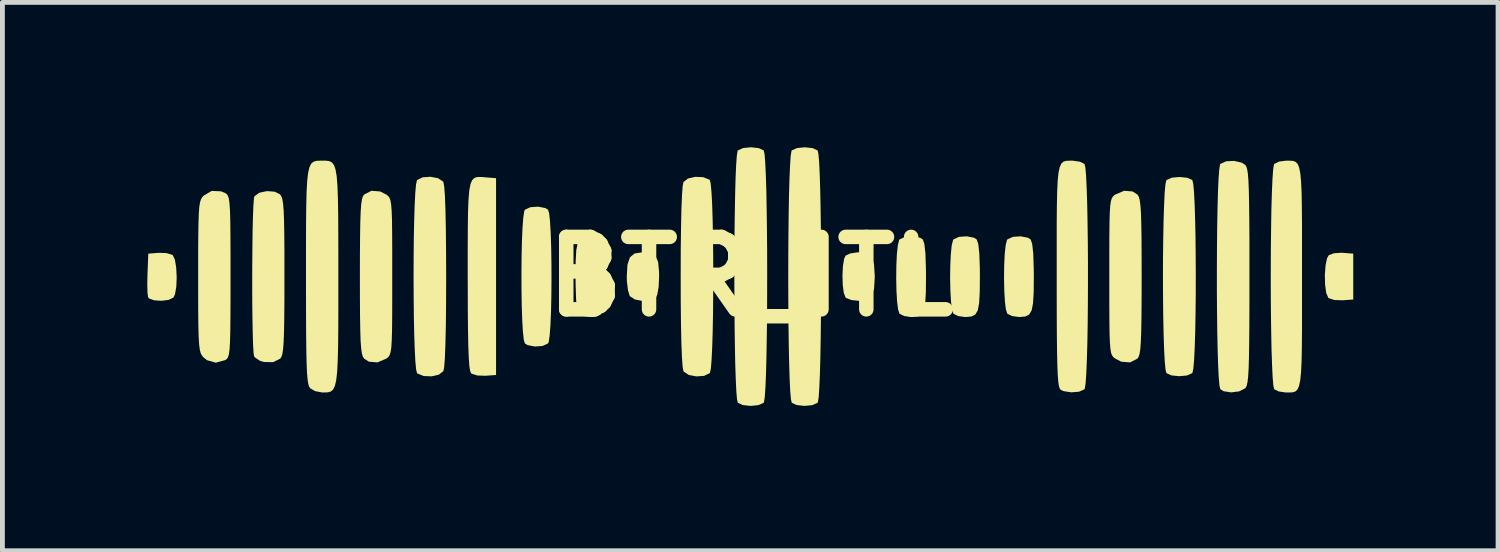
<source format=kicad_pcb>
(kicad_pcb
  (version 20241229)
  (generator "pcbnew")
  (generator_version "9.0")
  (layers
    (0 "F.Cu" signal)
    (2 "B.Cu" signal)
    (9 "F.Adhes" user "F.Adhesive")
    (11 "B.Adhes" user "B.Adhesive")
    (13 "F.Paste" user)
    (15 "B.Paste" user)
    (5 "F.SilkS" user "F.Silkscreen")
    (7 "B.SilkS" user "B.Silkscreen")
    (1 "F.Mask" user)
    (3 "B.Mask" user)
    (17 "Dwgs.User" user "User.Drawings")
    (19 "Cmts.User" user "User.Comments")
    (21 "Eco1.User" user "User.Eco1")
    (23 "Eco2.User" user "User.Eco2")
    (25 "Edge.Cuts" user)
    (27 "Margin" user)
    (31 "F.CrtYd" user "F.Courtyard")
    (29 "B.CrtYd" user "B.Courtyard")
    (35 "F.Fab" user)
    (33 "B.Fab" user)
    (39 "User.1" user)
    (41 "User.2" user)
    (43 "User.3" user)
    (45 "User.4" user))
  (footprint "BTR_ITL"
    (layer "F.Cu")
    (at 12.498 2.678)
    (property "Reference" "BTR_ITL" (at 0 0 0) (layer "F.SilkS") (effects (font (size 1.5 1.5) (thickness 0.3))))
    (attr board_only exclude_from_pos_files exclude_from_bom)
    (fp_poly (pts (xy 12.263 -0.492) (xy 12.477 -0.475) (xy 12.477 0) (xy 12.477 0.475) (xy 12.253 0.491) (xy 12.089 0.485) (xy 11.974 0.449) (xy 11.96 0.438) (xy 11.917 0.338) (xy 11.894 0.169) (xy 11.889 -0.033) (xy 11.903 -0.229) (xy 11.935 -0.38) (xy 11.97 -0.443) (xy 12.076 -0.483) (xy 12.233 -0.494)) (stroke (width 0) (type solid)) (fill yes) (layer "F.SilkS"))
    (fp_poly (pts (xy -12.103 -0.487) (xy -11.984 -0.452) (xy -11.97 -0.443) (xy -11.926 -0.351) (xy -11.899 -0.186) (xy -11.889 0.014) (xy -11.897 0.211) (xy -11.924 0.367) (xy -11.958 0.435) (xy -12.058 0.483) (xy -12.205 0.501) (xy -12.354 0.491) (xy -12.459 0.454) (xy -12.481 0.427) (xy -12.493 0.338) (xy -12.498 0.171) (xy -12.494 -0.039) (xy -12.493 -0.061) (xy -12.477 -0.475) (xy -12.263 -0.492)) (stroke (width 0) (type solid)) (fill yes) (layer "F.SilkS"))
    (fp_poly (pts (xy -2.077 -0.487) (xy -1.974 -0.428) (xy -1.919 -0.306) (xy -1.899 -0.1) (xy -1.898 0) (xy -1.908 0.211) (xy -1.935 0.369) (xy -1.965 0.435) (xy -2.083 0.493) (xy -2.244 0.504) (xy -2.4 0.474) (xy -2.504 0.405) (xy -2.51 0.394) (xy -2.544 0.277) (xy -2.565 0.099) (xy -2.568 0) (xy -2.554 -0.245) (xy -2.503 -0.399) (xy -2.405 -0.479) (xy -2.248 -0.502) (xy -2.242 -0.502)) (stroke (width 0) (type solid)) (fill yes) (layer "F.SilkS"))
    (fp_poly (pts (xy 2.401 -0.48) (xy 2.501 -0.402) (xy 2.553 -0.251) (xy 2.568 -0.009) (xy 2.568 0) (xy 2.554 0.245) (xy 2.503 0.399) (xy 2.405 0.479) (xy 2.248 0.502) (xy 2.242 0.502) (xy 2.086 0.486) (xy 1.976 0.444) (xy 1.965 0.435) (xy 1.927 0.34) (xy 1.905 0.174) (xy 1.899 -0.027) (xy 1.909 -0.222) (xy 1.935 -0.374) (xy 1.965 -0.435) (xy 2.062 -0.48) (xy 2.214 -0.502) (xy 2.242 -0.502)) (stroke (width 0) (type solid)) (fill yes) (layer "F.SilkS"))
    (fp_poly (pts (xy -5.578 -2.063) (xy -5.489 -2.055) (xy -5.275 -2.038) (xy -5.275 0) (xy -5.275 2.038) (xy -5.499 2.054) (xy -5.663 2.048) (xy -5.779 2.012) (xy -5.792 2.001) (xy -5.812 1.954) (xy -5.828 1.849) (xy -5.84 1.679) (xy -5.85 1.434) (xy -5.856 1.106) (xy -5.86 0.686) (xy -5.861 0.166) (xy -5.862 -0.004) (xy -5.862 -0.541) (xy -5.86 -0.977) (xy -5.856 -1.321) (xy -5.846 -1.585) (xy -5.83 -1.78) (xy -5.805 -1.914) (xy -5.769 -1.999) (xy -5.72 -2.045) (xy -5.657 -2.063)) (stroke (width 0) (type solid)) (fill yes) (layer "F.SilkS"))
    (fp_poly (pts (xy 3.505 -0.805) (xy 3.562 -0.77) (xy 3.595 -0.678) (xy 3.617 -0.48) (xy 3.627 -0.173) (xy 3.629 0) (xy 3.626 0.323) (xy 3.613 0.55) (xy 3.584 0.699) (xy 3.533 0.786) (xy 3.455 0.826) (xy 3.342 0.837) (xy 3.322 0.837) (xy 3.177 0.817) (xy 3.081 0.77) (xy 3.052 0.685) (xy 3.03 0.516) (xy 3.017 0.29) (xy 3.012 0.033) (xy 3.015 -0.228) (xy 3.026 -0.464) (xy 3.046 -0.65) (xy 3.073 -0.759) (xy 3.081 -0.77) (xy 3.197 -0.823) (xy 3.357 -0.834)) (stroke (width 0) (type solid)) (fill yes) (layer "F.SilkS"))
    (fp_poly (pts (xy 4.622 -0.805) (xy 4.678 -0.77) (xy 4.711 -0.678) (xy 4.733 -0.48) (xy 4.744 -0.173) (xy 4.745 0) (xy 4.742 0.323) (xy 4.729 0.55) (xy 4.701 0.699) (xy 4.65 0.786) (xy 4.571 0.826) (xy 4.459 0.837) (xy 4.438 0.837) (xy 4.293 0.817) (xy 4.198 0.77) (xy 4.168 0.685) (xy 4.147 0.516) (xy 4.134 0.29) (xy 4.128 0.033) (xy 4.132 -0.228) (xy 4.143 -0.464) (xy 4.162 -0.65) (xy 4.19 -0.759) (xy 4.198 -0.77) (xy 4.313 -0.823) (xy 4.474 -0.834)) (stroke (width 0) (type solid)) (fill yes) (layer "F.SilkS"))
    (fp_poly (pts (xy 5.738 -0.805) (xy 5.795 -0.77) (xy 5.828 -0.678) (xy 5.85 -0.48) (xy 5.86 -0.173) (xy 5.862 0) (xy 5.859 0.323) (xy 5.846 0.55) (xy 5.817 0.699) (xy 5.766 0.786) (xy 5.688 0.826) (xy 5.575 0.837) (xy 5.555 0.837) (xy 5.41 0.817) (xy 5.314 0.77) (xy 5.285 0.685) (xy 5.263 0.516) (xy 5.25 0.29) (xy 5.245 0.033) (xy 5.248 -0.228) (xy 5.259 -0.464) (xy 5.279 -0.65) (xy 5.306 -0.759) (xy 5.314 -0.77) (xy 5.429 -0.823) (xy 5.59 -0.834)) (stroke (width 0) (type solid)) (fill yes) (layer "F.SilkS"))
    (fp_poly (pts (xy -3.203 -0.829) (xy -3.12 -0.794) (xy -3.065 -0.716) (xy -3.034 -0.578) (xy -3.019 -0.364) (xy -3.015 -0.057) (xy -3.015 0) (xy -3.017 0.323) (xy -3.03 0.55) (xy -3.059 0.699) (xy -3.11 0.786) (xy -3.188 0.826) (xy -3.301 0.837) (xy -3.322 0.837) (xy -3.466 0.817) (xy -3.562 0.77) (xy -3.595 0.678) (xy -3.617 0.48) (xy -3.627 0.173) (xy -3.629 0) (xy -3.626 -0.323) (xy -3.613 -0.55) (xy -3.584 -0.699) (xy -3.533 -0.786) (xy -3.455 -0.826) (xy -3.342 -0.837) (xy -3.322 -0.837)) (stroke (width 0) (type solid)) (fill yes) (layer "F.SilkS"))
    (fp_poly (pts (xy -4.254 -1.419) (xy -4.198 -1.384) (xy -4.175 -1.307) (xy -4.157 -1.138) (xy -4.143 -0.895) (xy -4.133 -0.599) (xy -4.128 -0.269) (xy -4.127 0.077) (xy -4.13 0.418) (xy -4.137 0.736) (xy -4.149 1.01) (xy -4.165 1.223) (xy -4.185 1.354) (xy -4.198 1.384) (xy -4.313 1.437) (xy -4.474 1.448) (xy -4.622 1.419) (xy -4.678 1.384) (xy -4.701 1.307) (xy -4.719 1.138) (xy -4.733 0.895) (xy -4.743 0.599) (xy -4.748 0.269) (xy -4.749 -0.077) (xy -4.746 -0.418) (xy -4.739 -0.736) (xy -4.727 -1.01) (xy -4.711 -1.223) (xy -4.691 -1.354) (xy -4.678 -1.384) (xy -4.563 -1.437) (xy -4.402 -1.448)) (stroke (width 0) (type solid)) (fill yes) (layer "F.SilkS"))
    (fp_poly (pts (xy -6.476 -2.037) (xy -6.372 -1.968) (xy -6.366 -1.958) (xy -6.349 -1.868) (xy -6.334 -1.673) (xy -6.323 -1.378) (xy -6.315 -0.99) (xy -6.31 -0.513) (xy -6.308 0) (xy -6.31 0.552) (xy -6.315 1.022) (xy -6.324 1.404) (xy -6.335 1.691) (xy -6.35 1.879) (xy -6.366 1.958) (xy -6.46 2.031) (xy -6.612 2.066) (xy -6.775 2.059) (xy -6.901 2.008) (xy -6.911 1.999) (xy -6.93 1.925) (xy -6.946 1.756) (xy -6.959 1.506) (xy -6.97 1.193) (xy -6.977 0.831) (xy -6.981 0.436) (xy -6.983 0.025) (xy -6.982 -0.387) (xy -6.978 -0.785) (xy -6.971 -1.151) (xy -6.961 -1.471) (xy -6.948 -1.729) (xy -6.932 -1.909) (xy -6.913 -1.995) (xy -6.911 -1.999) (xy -6.793 -2.056) (xy -6.632 -2.067)) (stroke (width 0) (type solid)) (fill yes) (layer "F.SilkS"))
    (fp_poly (pts (xy -0.985 -2.059) (xy -0.859 -2.008) (xy -0.849 -1.999) (xy -0.83 -1.925) (xy -0.814 -1.756) (xy -0.8 -1.506) (xy -0.79 -1.193) (xy -0.783 -0.831) (xy -0.778 -0.436) (xy -0.777 -0.025) (xy -0.778 0.387) (xy -0.782 0.785) (xy -0.789 1.151) (xy -0.799 1.471) (xy -0.812 1.729) (xy -0.827 1.909) (xy -0.846 1.995) (xy -0.849 1.999) (xy -0.967 2.056) (xy -1.128 2.067) (xy -1.284 2.037) (xy -1.387 1.968) (xy -1.394 1.958) (xy -1.411 1.868) (xy -1.425 1.673) (xy -1.437 1.378) (xy -1.445 0.99) (xy -1.45 0.513) (xy -1.451 0) (xy -1.45 -0.552) (xy -1.444 -1.022) (xy -1.436 -1.404) (xy -1.424 -1.691) (xy -1.41 -1.879) (xy -1.394 -1.958) (xy -1.3 -2.031) (xy -1.148 -2.066)) (stroke (width 0) (type solid)) (fill yes) (layer "F.SilkS"))
    (fp_poly (pts (xy 9.042 -2.046) (xy 9.144 -1.999) (xy 9.163 -1.925) (xy 9.179 -1.756) (xy 9.192 -1.506) (xy 9.202 -1.193) (xy 9.21 -0.831) (xy 9.214 -0.436) (xy 9.216 -0.025) (xy 9.215 0.387) (xy 9.211 0.785) (xy 9.204 1.151) (xy 9.194 1.471) (xy 9.181 1.729) (xy 9.165 1.909) (xy 9.146 1.995) (xy 9.144 1.999) (xy 9.034 2.048) (xy 8.871 2.063) (xy 8.71 2.046) (xy 8.608 1.999) (xy 8.589 1.925) (xy 8.573 1.756) (xy 8.56 1.506) (xy 8.55 1.193) (xy 8.542 0.831) (xy 8.538 0.436) (xy 8.536 0.025) (xy 8.537 -0.387) (xy 8.542 -0.785) (xy 8.549 -1.151) (xy 8.559 -1.471) (xy 8.571 -1.729) (xy 8.587 -1.909) (xy 8.606 -1.995) (xy 8.608 -1.999) (xy 8.718 -2.048) (xy 8.881 -2.063)) (stroke (width 0) (type solid)) (fill yes) (layer "F.SilkS"))
    (fp_poly (pts (xy -9.858 -1.758) (xy -9.751 -1.704) (xy -9.724 -1.667) (xy -9.702 -1.608) (xy -9.686 -1.514) (xy -9.674 -1.373) (xy -9.666 -1.172) (xy -9.661 -0.9) (xy -9.658 -0.543) (xy -9.658 -0.089) (xy -9.658 0) (xy -9.658 0.475) (xy -9.661 0.851) (xy -9.666 1.139) (xy -9.674 1.353) (xy -9.685 1.503) (xy -9.701 1.604) (xy -9.722 1.666) (xy -9.745 1.699) (xy -9.891 1.772) (xy -10.082 1.769) (xy -10.16 1.746) (xy -10.26 1.681) (xy -10.285 1.652) (xy -10.297 1.58) (xy -10.307 1.413) (xy -10.314 1.169) (xy -10.32 0.866) (xy -10.324 0.521) (xy -10.325 0.151) (xy -10.324 -0.226) (xy -10.321 -0.593) (xy -10.317 -0.932) (xy -10.31 -1.226) (xy -10.301 -1.458) (xy -10.29 -1.61) (xy -10.28 -1.663) (xy -10.177 -1.737) (xy -10.019 -1.77)) (stroke (width 0) (type solid)) (fill yes) (layer "F.SilkS"))
    (fp_poly (pts (xy -7.675 -1.763) (xy -7.549 -1.699) (xy -7.513 -1.672) (xy -7.485 -1.637) (xy -7.463 -1.583) (xy -7.448 -1.495) (xy -7.437 -1.363) (xy -7.43 -1.173) (xy -7.427 -0.912) (xy -7.425 -0.568) (xy -7.425 -0.128) (xy -7.425 0) (xy -7.425 0.466) (xy -7.426 0.833) (xy -7.429 1.114) (xy -7.435 1.321) (xy -7.444 1.467) (xy -7.459 1.564) (xy -7.479 1.626) (xy -7.505 1.664) (xy -7.539 1.693) (xy -7.549 1.699) (xy -7.732 1.777) (xy -7.907 1.763) (xy -8.007 1.699) (xy -8.033 1.66) (xy -8.053 1.594) (xy -8.068 1.489) (xy -8.08 1.332) (xy -8.087 1.11) (xy -8.092 0.812) (xy -8.094 0.426) (xy -8.095 0) (xy -8.094 -0.475) (xy -8.091 -0.851) (xy -8.086 -1.139) (xy -8.078 -1.353) (xy -8.067 -1.503) (xy -8.051 -1.604) (xy -8.03 -1.666) (xy -8.007 -1.699) (xy -7.856 -1.777)) (stroke (width 0) (type solid)) (fill yes) (layer "F.SilkS"))
    (fp_poly (pts (xy 0.166 -2.66) (xy 0.268 -2.613) (xy 0.285 -2.541) (xy 0.299 -2.372) (xy 0.311 -2.119) (xy 0.322 -1.795) (xy 0.329 -1.414) (xy 0.335 -0.99) (xy 0.339 -0.537) (xy 0.34 -0.068) (xy 0.339 0.403) (xy 0.337 0.862) (xy 0.331 1.296) (xy 0.324 1.69) (xy 0.315 2.032) (xy 0.303 2.307) (xy 0.289 2.502) (xy 0.273 2.603) (xy 0.268 2.613) (xy 0.158 2.662) (xy -0.005 2.678) (xy -0.166 2.66) (xy -0.268 2.613) (xy -0.285 2.541) (xy -0.299 2.372) (xy -0.311 2.119) (xy -0.322 1.795) (xy -0.329 1.414) (xy -0.335 0.99) (xy -0.339 0.537) (xy -0.34 0.068) (xy -0.339 -0.403) (xy -0.337 -0.862) (xy -0.331 -1.296) (xy -0.324 -1.69) (xy -0.315 -2.032) (xy -0.303 -2.307) (xy -0.289 -2.502) (xy -0.273 -2.603) (xy -0.268 -2.613) (xy -0.158 -2.662) (xy 0.005 -2.678)) (stroke (width 0) (type solid)) (fill yes) (layer "F.SilkS"))
    (fp_poly (pts (xy 1.283 -2.66) (xy 1.384 -2.613) (xy 1.401 -2.541) (xy 1.416 -2.372) (xy 1.428 -2.119) (xy 1.438 -1.795) (xy 1.446 -1.414) (xy 1.452 -0.99) (xy 1.455 -0.537) (xy 1.457 -0.068) (xy 1.456 0.403) (xy 1.453 0.862) (xy 1.448 1.296) (xy 1.441 1.69) (xy 1.431 2.032) (xy 1.419 2.307) (xy 1.406 2.502) (xy 1.389 2.603) (xy 1.384 2.613) (xy 1.274 2.662) (xy 1.112 2.678) (xy 0.95 2.66) (xy 0.849 2.613) (xy 0.832 2.541) (xy 0.817 2.372) (xy 0.805 2.119) (xy 0.795 1.795) (xy 0.787 1.414) (xy 0.781 0.99) (xy 0.778 0.537) (xy 0.776 0.068) (xy 0.777 -0.403) (xy 0.78 -0.862) (xy 0.785 -1.296) (xy 0.792 -1.69) (xy 0.802 -2.032) (xy 0.814 -2.307) (xy 0.827 -2.502) (xy 0.844 -2.603) (xy 0.849 -2.613) (xy 0.959 -2.662) (xy 1.121 -2.678)) (stroke (width 0) (type solid)) (fill yes) (layer "F.SilkS"))
    (fp_poly (pts (xy 7.907 -1.763) (xy 8.007 -1.699) (xy 8.033 -1.66) (xy 8.053 -1.594) (xy 8.068 -1.489) (xy 8.08 -1.332) (xy 8.087 -1.11) (xy 8.092 -0.812) (xy 8.094 -0.426) (xy 8.095 0) (xy 8.094 0.475) (xy 8.091 0.851) (xy 8.086 1.139) (xy 8.078 1.353) (xy 8.067 1.503) (xy 8.051 1.604) (xy 8.03 1.666) (xy 8.007 1.699) (xy 7.856 1.777) (xy 7.675 1.763) (xy 7.549 1.699) (xy 7.513 1.672) (xy 7.485 1.637) (xy 7.463 1.583) (xy 7.448 1.495) (xy 7.437 1.363) (xy 7.43 1.173) (xy 7.427 0.912) (xy 7.425 0.568) (xy 7.425 0.128) (xy 7.425 0) (xy 7.425 -0.466) (xy 7.426 -0.833) (xy 7.429 -1.114) (xy 7.435 -1.321) (xy 7.444 -1.467) (xy 7.459 -1.564) (xy 7.479 -1.626) (xy 7.505 -1.664) (xy 7.539 -1.693) (xy 7.549 -1.699) (xy 7.732 -1.777)) (stroke (width 0) (type solid)) (fill yes) (layer "F.SilkS"))
    (fp_poly (pts (xy -10.971 -1.766) (xy -10.882 -1.729) (xy -10.851 -1.707) (xy -10.827 -1.672) (xy -10.808 -1.611) (xy -10.795 -1.511) (xy -10.785 -1.362) (xy -10.779 -1.149) (xy -10.776 -0.862) (xy -10.774 -0.487) (xy -10.774 -0.014) (xy -10.774 0) (xy -10.774 0.476) (xy -10.776 0.853) (xy -10.779 1.142) (xy -10.785 1.357) (xy -10.794 1.508) (xy -10.808 1.609) (xy -10.826 1.671) (xy -10.851 1.707) (xy -10.881 1.728) (xy -10.882 1.729) (xy -11.081 1.783) (xy -11.262 1.731) (xy -11.332 1.675) (xy -11.365 1.637) (xy -11.391 1.588) (xy -11.41 1.515) (xy -11.424 1.405) (xy -11.434 1.245) (xy -11.44 1.022) (xy -11.443 0.722) (xy -11.444 0.333) (xy -11.444 0) (xy -11.444 -0.46) (xy -11.442 -0.821) (xy -11.438 -1.096) (xy -11.431 -1.299) (xy -11.421 -1.443) (xy -11.405 -1.54) (xy -11.384 -1.605) (xy -11.356 -1.649) (xy -11.332 -1.675) (xy -11.164 -1.774)) (stroke (width 0) (type solid)) (fill yes) (layer "F.SilkS"))
    (fp_poly (pts (xy 6.674 -2.4) (xy 6.817 -2.379) (xy 6.911 -2.333) (xy 6.929 -2.261) (xy 6.944 -2.092) (xy 6.956 -1.84) (xy 6.967 -1.52) (xy 6.974 -1.147) (xy 6.98 -0.735) (xy 6.983 -0.299) (xy 6.983 0.147) (xy 6.981 0.589) (xy 6.977 1.01) (xy 6.97 1.399) (xy 6.96 1.738) (xy 6.948 2.015) (xy 6.934 2.214) (xy 6.917 2.321) (xy 6.911 2.333) (xy 6.799 2.384) (xy 6.636 2.397) (xy 6.478 2.372) (xy 6.42 2.346) (xy 6.399 2.32) (xy 6.382 2.266) (xy 6.368 2.174) (xy 6.357 2.033) (xy 6.349 1.834) (xy 6.343 1.567) (xy 6.339 1.222) (xy 6.337 0.79) (xy 6.336 0.26) (xy 6.336 0) (xy 6.336 -0.58) (xy 6.336 -1.059) (xy 6.339 -1.445) (xy 6.345 -1.749) (xy 6.356 -1.981) (xy 6.373 -2.15) (xy 6.398 -2.266) (xy 6.431 -2.34) (xy 6.475 -2.38) (xy 6.531 -2.397) (xy 6.6 -2.4)) (stroke (width 0) (type solid)) (fill yes) (layer "F.SilkS"))
    (fp_poly (pts (xy 10.169 -2.359) (xy 10.24 -2.313) (xy 10.262 -2.28) (xy 10.28 -2.222) (xy 10.295 -2.129) (xy 10.306 -1.992) (xy 10.314 -1.799) (xy 10.32 -1.54) (xy 10.324 -1.205) (xy 10.327 -0.784) (xy 10.327 -0.266) (xy 10.327 0) (xy 10.327 0.565) (xy 10.325 1.028) (xy 10.322 1.4) (xy 10.317 1.692) (xy 10.31 1.913) (xy 10.3 2.074) (xy 10.287 2.185) (xy 10.271 2.257) (xy 10.25 2.3) (xy 10.24 2.313) (xy 10.115 2.377) (xy 9.948 2.398) (xy 9.792 2.374) (xy 9.725 2.333) (xy 9.707 2.261) (xy 9.692 2.092) (xy 9.679 1.84) (xy 9.669 1.52) (xy 9.661 1.147) (xy 9.656 0.735) (xy 9.653 0.299) (xy 9.653 -0.147) (xy 9.655 -0.589) (xy 9.659 -1.01) (xy 9.666 -1.399) (xy 9.675 -1.738) (xy 9.687 -2.015) (xy 9.702 -2.214) (xy 9.718 -2.321) (xy 9.725 -2.333) (xy 9.845 -2.388) (xy 10.011 -2.396)) (stroke (width 0) (type solid)) (fill yes) (layer "F.SilkS"))
    (fp_poly (pts (xy 11.227 -2.396) (xy 11.282 -2.377) (xy 11.325 -2.334) (xy 11.357 -2.257) (xy 11.381 -2.135) (xy 11.397 -1.96) (xy 11.408 -1.722) (xy 11.413 -1.41) (xy 11.416 -1.015) (xy 11.416 -0.527) (xy 11.416 0) (xy 11.416 0.58) (xy 11.416 1.059) (xy 11.413 1.445) (xy 11.407 1.749) (xy 11.396 1.981) (xy 11.379 2.15) (xy 11.354 2.266) (xy 11.321 2.34) (xy 11.277 2.38) (xy 11.221 2.397) (xy 11.152 2.4) (xy 11.078 2.4) (xy 10.935 2.379) (xy 10.841 2.333) (xy 10.823 2.261) (xy 10.808 2.092) (xy 10.796 1.84) (xy 10.785 1.52) (xy 10.778 1.147) (xy 10.772 0.735) (xy 10.769 0.299) (xy 10.769 -0.147) (xy 10.771 -0.589) (xy 10.776 -1.01) (xy 10.782 -1.399) (xy 10.792 -1.738) (xy 10.804 -2.015) (xy 10.818 -2.214) (xy 10.835 -2.321) (xy 10.841 -2.333) (xy 10.942 -2.382) (xy 11.078 -2.4) (xy 11.16 -2.4)) (stroke (width 0) (type solid)) (fill yes) (layer "F.SilkS"))
    (fp_poly (pts (xy -8.876 -2.4) (xy -8.795 -2.4) (xy -8.728 -2.391) (xy -8.675 -2.365) (xy -8.632 -2.311) (xy -8.6 -2.22) (xy -8.576 -2.082) (xy -8.56 -1.886) (xy -8.55 -1.624) (xy -8.544 -1.285) (xy -8.542 -0.86) (xy -8.541 -0.338) (xy -8.541 0) (xy -8.541 0.58) (xy -8.542 1.058) (xy -8.546 1.444) (xy -8.554 1.748) (xy -8.566 1.98) (xy -8.586 2.149) (xy -8.613 2.265) (xy -8.649 2.339) (xy -8.697 2.379) (xy -8.756 2.397) (xy -8.829 2.4) (xy -8.876 2.4) (xy -9.025 2.371) (xy -9.123 2.313) (xy -9.146 2.28) (xy -9.164 2.222) (xy -9.178 2.129) (xy -9.19 1.992) (xy -9.198 1.799) (xy -9.204 1.54) (xy -9.208 1.205) (xy -9.21 0.784) (xy -9.211 0.266) (xy -9.211 0) (xy -9.211 -0.58) (xy -9.21 -1.058) (xy -9.206 -1.444) (xy -9.199 -1.748) (xy -9.186 -1.98) (xy -9.167 -2.149) (xy -9.139 -2.265) (xy -9.103 -2.339) (xy -9.055 -2.379) (xy -8.996 -2.397) (xy -8.923 -2.4)) (stroke (width 0) (type solid)) (fill yes) (layer "F.SilkS")))
  (gr_rect
    (start -3 -3)
    (end 27.974 8.355)
    (stroke (width 0.1) (type default))
    (fill no)
    (layer "Edge.Cuts")))
</source>
